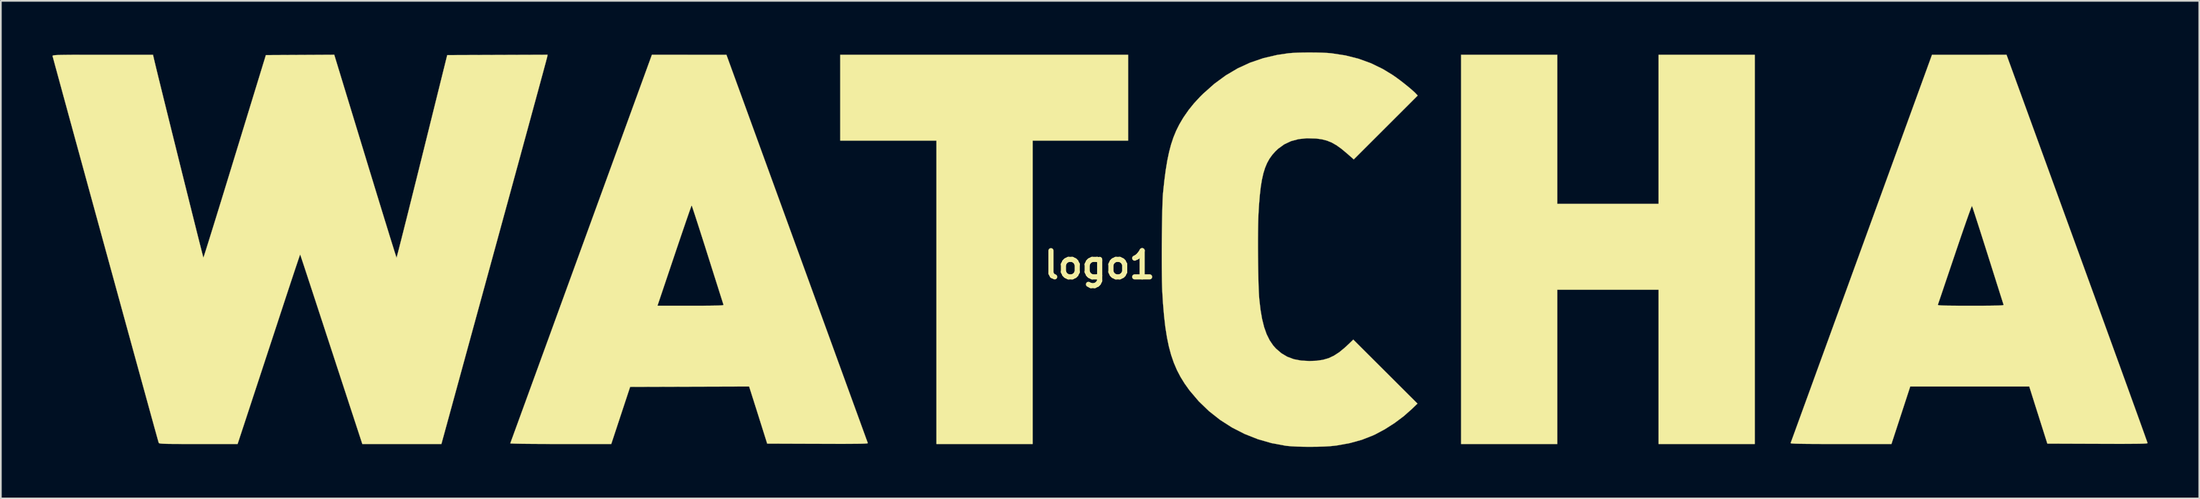
<source format=kicad_pcb>
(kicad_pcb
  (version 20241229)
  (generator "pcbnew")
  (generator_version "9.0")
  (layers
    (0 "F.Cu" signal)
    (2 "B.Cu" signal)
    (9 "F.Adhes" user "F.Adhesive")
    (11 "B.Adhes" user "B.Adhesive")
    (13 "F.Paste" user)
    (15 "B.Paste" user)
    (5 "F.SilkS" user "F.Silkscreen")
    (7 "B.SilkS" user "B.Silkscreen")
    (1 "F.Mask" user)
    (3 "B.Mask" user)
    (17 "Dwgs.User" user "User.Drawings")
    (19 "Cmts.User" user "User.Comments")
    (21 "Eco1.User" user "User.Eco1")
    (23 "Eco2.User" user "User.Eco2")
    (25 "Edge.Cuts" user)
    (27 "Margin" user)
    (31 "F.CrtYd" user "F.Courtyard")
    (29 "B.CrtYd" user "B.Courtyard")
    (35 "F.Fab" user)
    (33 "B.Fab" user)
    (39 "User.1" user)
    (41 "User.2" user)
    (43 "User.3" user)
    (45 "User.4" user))
  (footprint "logo1"
    (layer "F.Cu")
    (at 60.838 12.371)
    (property "Reference" "logo1" (at 0 0 0) (layer "F.SilkS") (effects (font (size 1.524 1.524) (thickness 0.3))))
    (attr through_hole)
    (fp_poly (pts (xy 1.651 -7.239) (xy -3.895 -7.239) (xy -3.895 10.414) (xy -9.483 10.414) (xy -9.483 -7.239) (xy -15.071 -7.239) (xy -15.071 -12.234) (xy 1.651 -12.234) (xy 1.651 -7.239)) (stroke (width 0.01) (type solid)) (fill yes) (layer "F.SilkS"))
    (fp_poly (pts (xy 26.585 -3.556) (xy 32.47 -3.556) (xy 32.47 -12.234) (xy 38.058 -12.234) (xy 38.058 10.414) (xy 32.47 10.414) (xy 32.47 1.439) (xy 26.585 1.439) (xy 26.585 10.414) (xy 20.997 10.414) (xy 20.997 -12.234) (xy 26.585 -12.234) (xy 26.585 -3.556)) (stroke (width 0.01) (type solid)) (fill yes) (layer "F.SilkS"))
    (fp_poly (pts (xy -17.589 -0.963) (xy -17.246 -0.021) (xy -16.911 0.901) (xy -16.585 1.799) (xy -16.268 2.67) (xy -15.962 3.511) (xy -15.668 4.319) (xy -15.388 5.091) (xy -15.122 5.823) (xy -14.871 6.512) (xy -14.638 7.155) (xy -14.422 7.748) (xy -14.225 8.29) (xy -14.048 8.776) (xy -13.893 9.203) (xy -13.76 9.569) (xy -13.651 9.869) (xy -13.567 10.101) (xy -13.508 10.261) (xy -13.477 10.347) (xy -13.472 10.361) (xy -13.483 10.372) (xy -13.529 10.381) (xy -13.613 10.389) (xy -13.742 10.395) (xy -13.92 10.4) (xy -14.152 10.403) (xy -14.443 10.405) (xy -14.798 10.407) (xy -15.222 10.407) (xy -15.72 10.406) (xy -16.297 10.404) (xy -16.384 10.404) (xy -19.316 10.393) (xy -19.629 9.398) (xy -19.732 9.072) (xy -19.84 8.727) (xy -19.948 8.385) (xy -20.048 8.071) (xy -20.131 7.806) (xy -20.154 7.736) (xy -20.365 7.069) (xy -23.823 7.08) (xy -27.28 7.091) (xy -27.828 8.752) (xy -28.376 10.414) (xy -31.315 10.414) (xy -31.858 10.413) (xy -32.358 10.412) (xy -32.81 10.409) (xy -33.209 10.406) (xy -33.551 10.402) (xy -33.83 10.397) (xy -34.041 10.391) (xy -34.179 10.385) (xy -34.239 10.378) (xy -34.241 10.376) (xy -34.225 10.333) (xy -34.182 10.214) (xy -34.112 10.022) (xy -34.017 9.76) (xy -33.897 9.431) (xy -33.754 9.039) (xy -33.589 8.585) (xy -33.403 8.075) (xy -33.198 7.51) (xy -32.974 6.895) (xy -32.732 6.231) (xy -32.475 5.523) (xy -32.202 4.774) (xy -31.915 3.986) (xy -31.616 3.163) (xy -31.328 2.371) (xy -25.692 2.371) (xy -23.764 2.371) (xy -23.293 2.37) (xy -22.9 2.369) (xy -22.581 2.366) (xy -22.328 2.362) (xy -22.135 2.357) (xy -21.998 2.35) (xy -21.909 2.341) (xy -21.863 2.33) (xy -21.854 2.318) (xy -21.869 2.27) (xy -21.908 2.147) (xy -21.968 1.957) (xy -22.048 1.706) (xy -22.144 1.401) (xy -22.256 1.047) (xy -22.381 0.653) (xy -22.517 0.223) (xy -22.661 -0.234) (xy -22.778 -0.603) (xy -22.927 -1.077) (xy -23.07 -1.525) (xy -23.204 -1.944) (xy -23.326 -2.324) (xy -23.435 -2.662) (xy -23.528 -2.949) (xy -23.604 -3.18) (xy -23.66 -3.348) (xy -23.695 -3.446) (xy -23.706 -3.471) (xy -23.722 -3.432) (xy -23.764 -3.319) (xy -23.828 -3.138) (xy -23.912 -2.895) (xy -24.015 -2.598) (xy -24.133 -2.252) (xy -24.266 -1.863) (xy -24.41 -1.439) (xy -24.564 -0.984) (xy -24.71 -0.55) (xy -25.692 2.371) (xy -31.328 2.371) (xy -31.305 2.308) (xy -30.984 1.425) (xy -30.653 0.516) (xy -30.314 -0.416) (xy -30.12 -0.948) (xy -26.014 -12.233) (xy -21.686 -12.234) (xy -17.589 -0.963)) (stroke (width 0.01) (type solid)) (fill yes) (layer "F.SilkS"))
    (fp_poly (pts (xy 50.52 -12.234) (xy 52.684 -12.233) (xy 56.781 -0.963) (xy 57.124 -0.02) (xy 57.458 0.901) (xy 57.785 1.799) (xy 58.101 2.67) (xy 58.406 3.511) (xy 58.699 4.319) (xy 58.978 5.091) (xy 59.244 5.822) (xy 59.493 6.511) (xy 59.726 7.154) (xy 59.94 7.748) (xy 60.136 8.29) (xy 60.311 8.776) (xy 60.465 9.203) (xy 60.596 9.568) (xy 60.704 9.869) (xy 60.786 10.101) (xy 60.843 10.261) (xy 60.873 10.347) (xy 60.877 10.361) (xy 60.861 10.372) (xy 60.811 10.381) (xy 60.721 10.389) (xy 60.587 10.395) (xy 60.404 10.4) (xy 60.166 10.403) (xy 59.868 10.405) (xy 59.506 10.407) (xy 59.075 10.407) (xy 58.569 10.406) (xy 57.984 10.404) (xy 57.966 10.404) (xy 55.057 10.393) (xy 54.668 9.165) (xy 54.563 8.833) (xy 54.459 8.504) (xy 54.36 8.193) (xy 54.273 7.916) (xy 54.201 7.687) (xy 54.149 7.522) (xy 54.143 7.504) (xy 54.007 7.07) (xy 47.09 7.07) (xy 46.545 8.742) (xy 45.999 10.414) (xy 43.061 10.414) (xy 42.471 10.414) (xy 41.96 10.413) (xy 41.524 10.411) (xy 41.159 10.409) (xy 40.858 10.405) (xy 40.617 10.401) (xy 40.431 10.396) (xy 40.296 10.389) (xy 40.206 10.382) (xy 40.156 10.372) (xy 40.142 10.362) (xy 40.142 10.361) (xy 40.158 10.317) (xy 40.202 10.197) (xy 40.272 10.004) (xy 40.368 9.741) (xy 40.488 9.41) (xy 40.631 9.017) (xy 40.796 8.562) (xy 40.982 8.051) (xy 41.188 7.485) (xy 41.412 6.869) (xy 41.653 6.204) (xy 41.911 5.495) (xy 42.184 4.745) (xy 42.47 3.957) (xy 42.769 3.134) (xy 43.066 2.318) (xy 48.694 2.318) (xy 48.705 2.331) (xy 48.754 2.341) (xy 48.846 2.35) (xy 48.987 2.357) (xy 49.183 2.363) (xy 49.44 2.366) (xy 49.764 2.369) (xy 50.162 2.37) (xy 50.604 2.371) (xy 51.075 2.37) (xy 51.467 2.369) (xy 51.787 2.366) (xy 52.04 2.362) (xy 52.233 2.357) (xy 52.37 2.35) (xy 52.459 2.341) (xy 52.505 2.33) (xy 52.515 2.318) (xy 52.5 2.269) (xy 52.461 2.147) (xy 52.401 1.957) (xy 52.321 1.706) (xy 52.225 1.401) (xy 52.113 1.048) (xy 51.989 0.654) (xy 51.854 0.226) (xy 51.71 -0.23) (xy 51.602 -0.572) (xy 51.453 -1.043) (xy 51.311 -1.491) (xy 51.178 -1.909) (xy 51.056 -2.29) (xy 50.947 -2.628) (xy 50.854 -2.916) (xy 50.778 -3.148) (xy 50.722 -3.316) (xy 50.687 -3.415) (xy 50.677 -3.44) (xy 50.659 -3.407) (xy 50.616 -3.299) (xy 50.551 -3.123) (xy 50.465 -2.886) (xy 50.362 -2.594) (xy 50.243 -2.253) (xy 50.11 -1.869) (xy 49.966 -1.448) (xy 49.813 -0.998) (xy 49.68 -0.604) (xy 49.52 -0.13) (xy 49.368 0.32) (xy 49.226 0.741) (xy 49.096 1.126) (xy 48.981 1.469) (xy 48.882 1.763) (xy 48.801 2.001) (xy 48.741 2.177) (xy 48.705 2.285) (xy 48.694 2.318) (xy 43.066 2.318) (xy 43.08 2.278) (xy 43.402 1.395) (xy 43.732 0.485) (xy 44.071 -0.446) (xy 44.259 -0.963) (xy 48.356 -12.234) (xy 50.52 -12.234)) (stroke (width 0.01) (type solid)) (fill yes) (layer "F.SilkS"))
    (fp_poly (pts (xy 12.586 -12.363) (xy 12.933 -12.354) (xy 13.239 -12.339) (xy 13.462 -12.32) (xy 14.274 -12.196) (xy 15.039 -12.003) (xy 15.765 -11.739) (xy 16.456 -11.402) (xy 17.02 -11.057) (xy 17.234 -10.908) (xy 17.47 -10.733) (xy 17.711 -10.545) (xy 17.942 -10.358) (xy 18.145 -10.186) (xy 18.305 -10.04) (xy 18.371 -9.973) (xy 18.475 -9.861) (xy 16.618 -8.003) (xy 14.761 -6.146) (xy 14.385 -6.477) (xy 14.056 -6.754) (xy 13.759 -6.968) (xy 13.478 -7.128) (xy 13.198 -7.241) (xy 12.903 -7.316) (xy 12.576 -7.36) (xy 12.56 -7.361) (xy 12.028 -7.376) (xy 11.548 -7.325) (xy 11.114 -7.208) (xy 10.724 -7.024) (xy 10.372 -6.77) (xy 10.216 -6.624) (xy 10.029 -6.414) (xy 9.866 -6.188) (xy 9.727 -5.937) (xy 9.608 -5.654) (xy 9.508 -5.331) (xy 9.425 -4.961) (xy 9.356 -4.535) (xy 9.301 -4.048) (xy 9.255 -3.489) (xy 9.223 -2.942) (xy 9.212 -2.655) (xy 9.204 -2.307) (xy 9.198 -1.909) (xy 9.195 -1.474) (xy 9.195 -1.015) (xy 9.198 -0.544) (xy 9.203 -0.074) (xy 9.21 0.382) (xy 9.219 0.813) (xy 9.23 1.205) (xy 9.244 1.546) (xy 9.259 1.823) (xy 9.27 1.968) (xy 9.341 2.592) (xy 9.435 3.14) (xy 9.554 3.617) (xy 9.7 4.03) (xy 9.876 4.384) (xy 10.082 4.686) (xy 10.245 4.868) (xy 10.559 5.137) (xy 10.9 5.34) (xy 11.28 5.481) (xy 11.706 5.562) (xy 12.188 5.587) (xy 12.602 5.571) (xy 12.966 5.518) (xy 13.296 5.423) (xy 13.608 5.277) (xy 13.918 5.075) (xy 14.241 4.809) (xy 14.468 4.598) (xy 14.733 4.341) (xy 16.597 6.203) (xy 18.461 8.065) (xy 18.125 8.389) (xy 17.659 8.801) (xy 17.134 9.194) (xy 16.577 9.551) (xy 16.015 9.853) (xy 15.871 9.92) (xy 15.231 10.17) (xy 14.539 10.362) (xy 13.788 10.498) (xy 13.633 10.518) (xy 13.359 10.544) (xy 13.025 10.563) (xy 12.652 10.574) (xy 12.258 10.578) (xy 11.864 10.576) (xy 11.49 10.566) (xy 11.154 10.549) (xy 10.878 10.525) (xy 10.816 10.518) (xy 9.99 10.365) (xy 9.189 10.135) (xy 8.419 9.83) (xy 7.685 9.454) (xy 6.993 9.01) (xy 6.348 8.501) (xy 5.756 7.93) (xy 5.223 7.301) (xy 5.208 7.281) (xy 4.938 6.902) (xy 4.699 6.516) (xy 4.49 6.116) (xy 4.309 5.692) (xy 4.153 5.238) (xy 4.02 4.746) (xy 3.909 4.208) (xy 3.816 3.616) (xy 3.741 2.963) (xy 3.68 2.24) (xy 3.637 1.545) (xy 3.627 1.29) (xy 3.618 0.97) (xy 3.613 0.596) (xy 3.609 0.178) (xy 3.607 -0.272) (xy 3.607 -0.744) (xy 3.609 -1.228) (xy 3.613 -1.712) (xy 3.619 -2.186) (xy 3.626 -2.638) (xy 3.634 -3.059) (xy 3.645 -3.437) (xy 3.656 -3.761) (xy 3.669 -4.022) (xy 3.681 -4.191) (xy 3.754 -4.889) (xy 3.835 -5.511) (xy 3.926 -6.067) (xy 4.03 -6.566) (xy 4.149 -7.018) (xy 4.286 -7.43) (xy 4.444 -7.813) (xy 4.624 -8.175) (xy 4.83 -8.527) (xy 4.892 -8.624) (xy 5.177 -9.033) (xy 5.484 -9.413) (xy 5.835 -9.792) (xy 6.017 -9.972) (xy 6.658 -10.542) (xy 7.323 -11.031) (xy 8.017 -11.442) (xy 8.743 -11.776) (xy 9.506 -12.036) (xy 10.31 -12.224) (xy 10.964 -12.321) (xy 11.204 -12.341) (xy 11.506 -12.355) (xy 11.852 -12.364) (xy 12.219 -12.366) (xy 12.586 -12.363)) (stroke (width 0.01) (type solid)) (fill yes) (layer "F.SilkS"))
    (fp_poly (pts (xy -42.671 -6.33) (xy -42.463 -5.645) (xy -42.26 -4.983) (xy -42.066 -4.347) (xy -41.881 -3.743) (xy -41.707 -3.175) (xy -41.545 -2.648) (xy -41.396 -2.166) (xy -41.263 -1.732) (xy -41.145 -1.353) (xy -41.045 -1.033) (xy -40.965 -0.775) (xy -40.904 -0.584) (xy -40.866 -0.466) (xy -40.85 -0.424) (xy -40.85 -0.424) (xy -40.837 -0.464) (xy -40.806 -0.582) (xy -40.756 -0.773) (xy -40.689 -1.032) (xy -40.607 -1.355) (xy -40.51 -1.738) (xy -40.4 -2.175) (xy -40.277 -2.662) (xy -40.144 -3.194) (xy -40.001 -3.767) (xy -39.849 -4.377) (xy -39.689 -5.018) (xy -39.523 -5.687) (xy -39.366 -6.318) (xy -37.906 -12.213) (xy -34.992 -12.224) (xy -32.079 -12.235) (xy -32.096 -12.118) (xy -32.109 -12.068) (xy -32.143 -11.939) (xy -32.197 -11.736) (xy -32.271 -11.461) (xy -32.364 -11.117) (xy -32.475 -10.709) (xy -32.602 -10.239) (xy -32.746 -9.71) (xy -32.905 -9.127) (xy -33.077 -8.493) (xy -33.263 -7.81) (xy -33.462 -7.082) (xy -33.671 -6.313) (xy -33.892 -5.505) (xy -34.122 -4.663) (xy -34.36 -3.789) (xy -34.607 -2.887) (xy -34.86 -1.961) (xy -35.119 -1.012) (xy -35.179 -0.794) (xy -38.244 10.414) (xy -42.838 10.414) (xy -43.43 8.604) (xy -43.536 8.282) (xy -43.664 7.889) (xy -43.812 7.435) (xy -43.977 6.931) (xy -44.155 6.386) (xy -44.344 5.81) (xy -44.538 5.213) (xy -44.737 4.606) (xy -44.936 3.998) (xy -45.131 3.398) (xy -45.231 3.094) (xy -45.407 2.556) (xy -45.575 2.041) (xy -45.734 1.555) (xy -45.882 1.103) (xy -46.017 0.692) (xy -46.137 0.326) (xy -46.24 0.012) (xy -46.325 -0.244) (xy -46.389 -0.438) (xy -46.431 -0.564) (xy -46.449 -0.615) (xy -46.45 -0.616) (xy -46.464 -0.579) (xy -46.503 -0.467) (xy -46.564 -0.287) (xy -46.645 -0.046) (xy -46.745 0.252) (xy -46.86 0.599) (xy -46.989 0.989) (xy -47.13 1.416) (xy -47.281 1.874) (xy -47.439 2.357) (xy -47.448 2.385) (xy -47.637 2.96) (xy -47.84 3.58) (xy -48.053 4.23) (xy -48.271 4.892) (xy -48.488 5.554) (xy -48.699 6.198) (xy -48.9 6.809) (xy -49.085 7.372) (xy -49.249 7.871) (xy -49.26 7.906) (xy -50.084 10.414) (xy -52.366 10.414) (xy -52.864 10.414) (xy -53.284 10.413) (xy -53.634 10.412) (xy -53.918 10.41) (xy -54.145 10.407) (xy -54.32 10.403) (xy -54.451 10.397) (xy -54.544 10.389) (xy -54.605 10.38) (xy -54.642 10.368) (xy -54.661 10.354) (xy -54.668 10.34) (xy -54.694 10.251) (xy -54.74 10.087) (xy -54.805 9.852) (xy -54.889 9.55) (xy -54.99 9.184) (xy -55.107 8.759) (xy -55.239 8.279) (xy -55.385 7.747) (xy -55.544 7.169) (xy -55.715 6.547) (xy -55.897 5.887) (xy -56.088 5.191) (xy -56.287 4.464) (xy -56.494 3.711) (xy -56.707 2.934) (xy -56.925 2.139) (xy -57.147 1.328) (xy -57.372 0.507) (xy -57.599 -0.321) (xy -57.827 -1.153) (xy -58.054 -1.982) (xy -58.28 -2.807) (xy -58.503 -3.622) (xy -58.723 -4.424) (xy -58.937 -5.209) (xy -59.146 -5.973) (xy -59.348 -6.711) (xy -59.542 -7.419) (xy -59.726 -8.094) (xy -59.901 -8.732) (xy -60.063 -9.328) (xy -60.214 -9.879) (xy -60.35 -10.381) (xy -60.472 -10.828) (xy -60.578 -11.218) (xy -60.668 -11.547) (xy -60.739 -11.81) (xy -60.791 -12.003) (xy -60.823 -12.122) (xy -60.833 -12.164) (xy -60.828 -12.178) (xy -60.81 -12.19) (xy -60.772 -12.2) (xy -60.709 -12.208) (xy -60.615 -12.215) (xy -60.484 -12.221) (xy -60.311 -12.225) (xy -60.089 -12.228) (xy -59.812 -12.231) (xy -59.476 -12.233) (xy -59.074 -12.234) (xy -58.599 -12.234) (xy -58.048 -12.234) (xy -57.916 -12.234) (xy -55 -12.234) (xy -54.939 -11.97) (xy -54.906 -11.83) (xy -54.856 -11.621) (xy -54.79 -11.348) (xy -54.71 -11.018) (xy -54.616 -10.635) (xy -54.51 -10.206) (xy -54.395 -9.737) (xy -54.27 -9.231) (xy -54.138 -8.697) (xy -54 -8.138) (xy -53.857 -7.561) (xy -53.711 -6.972) (xy -53.563 -6.375) (xy -53.415 -5.777) (xy -53.267 -5.183) (xy -53.122 -4.6) (xy -52.98 -4.032) (xy -52.844 -3.485) (xy -52.714 -2.965) (xy -52.592 -2.477) (xy -52.48 -2.028) (xy -52.378 -1.622) (xy -52.288 -1.266) (xy -52.212 -0.965) (xy -52.151 -0.725) (xy -52.106 -0.551) (xy -52.079 -0.45) (xy -52.071 -0.424) (xy -52.057 -0.464) (xy -52.019 -0.58) (xy -51.959 -0.768) (xy -51.878 -1.024) (xy -51.778 -1.343) (xy -51.661 -1.72) (xy -51.527 -2.151) (xy -51.378 -2.632) (xy -51.216 -3.158) (xy -51.041 -3.725) (xy -50.856 -4.327) (xy -50.662 -4.961) (xy -50.459 -5.622) (xy -50.25 -6.306) (xy -50.246 -6.319) (xy -48.442 -12.213) (xy -46.456 -12.224) (xy -44.47 -12.235) (xy -42.671 -6.33)) (stroke (width 0.01) (type solid)) (fill yes) (layer "F.SilkS")))
  (gr_rect
    (start -3 -3)
    (end 124.72 25.955)
    (stroke (width 0.1) (type default))
    (fill no)
    (layer "Edge.Cuts")))
</source>
